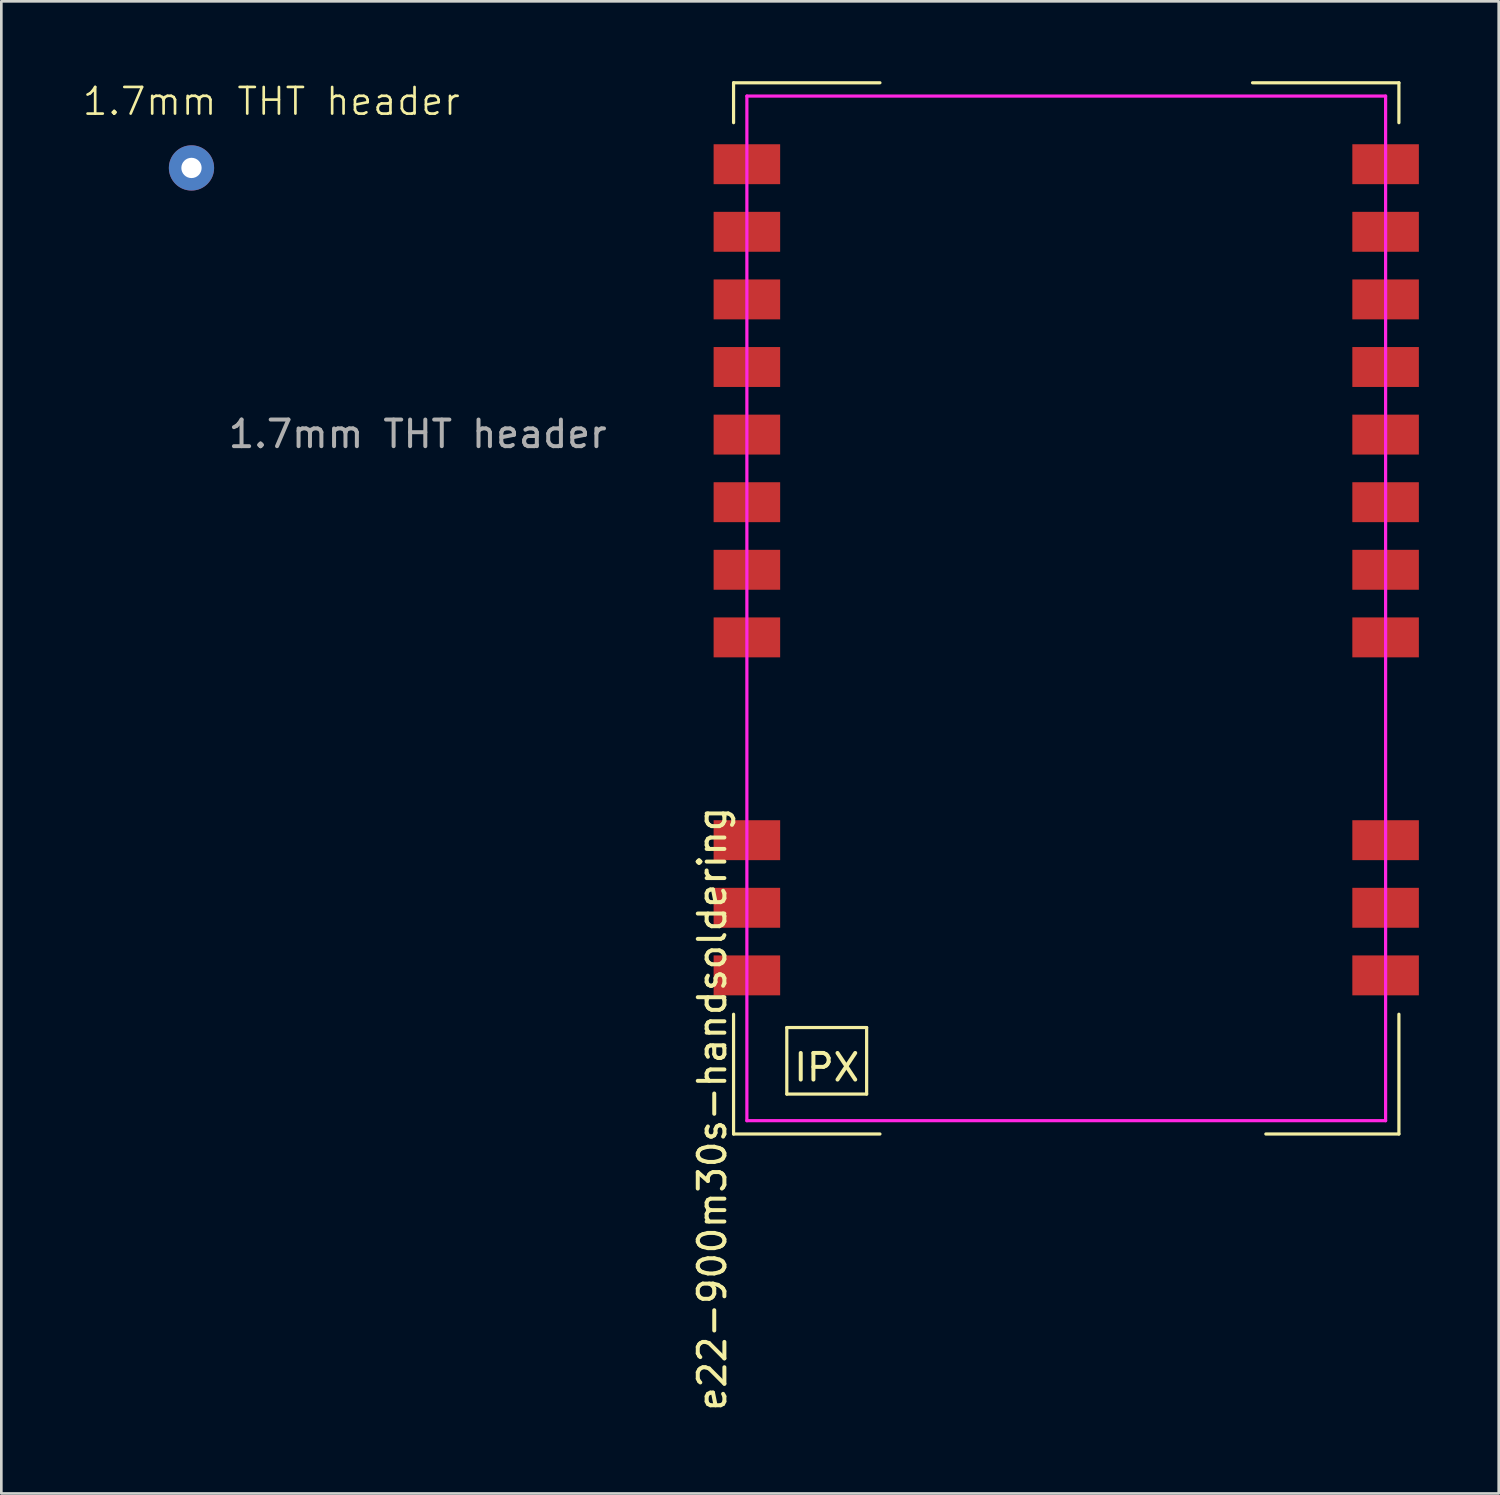
<source format=kicad_pcb>
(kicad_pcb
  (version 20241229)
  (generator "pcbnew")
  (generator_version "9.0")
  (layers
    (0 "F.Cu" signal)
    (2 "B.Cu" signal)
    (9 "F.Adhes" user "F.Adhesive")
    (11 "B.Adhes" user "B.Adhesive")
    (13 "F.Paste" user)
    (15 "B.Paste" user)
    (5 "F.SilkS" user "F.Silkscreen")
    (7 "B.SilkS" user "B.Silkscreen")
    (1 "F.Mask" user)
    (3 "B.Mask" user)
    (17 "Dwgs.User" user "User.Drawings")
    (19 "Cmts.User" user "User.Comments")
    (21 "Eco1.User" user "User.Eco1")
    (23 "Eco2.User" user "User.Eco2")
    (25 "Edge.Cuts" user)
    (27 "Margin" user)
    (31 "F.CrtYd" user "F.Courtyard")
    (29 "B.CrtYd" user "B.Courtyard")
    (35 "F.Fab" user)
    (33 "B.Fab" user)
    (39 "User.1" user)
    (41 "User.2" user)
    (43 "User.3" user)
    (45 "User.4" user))
  (footprint "1.7mm THT header"
    (layer "F.Cu")
    (at 4.145 3.26)
    (property "Reference" "1.7mm THT header" (at 3 -2.5 0) (unlocked yes) (layer "F.SilkS") (effects (font (size 1 1) (thickness 0.1))))
    (attr through_hole)
    (fp_text user "${REFERENCE}" (at 8.5 10 0) (unlocked yes) (layer "F.Fab") (effects (font (size 1 1) (thickness 0.15))))
    (pad "1" thru_hole circle (at 0 0) (size 1.7 1.7) (drill 0.762) (layers "*.Cu" "*.Mask")))
  (footprint "e22-900m30s-handsoldering"
    (layer "F.Cu")
    (at 37.014 19.81)
    (property "Reference" "e22-900m30s-handsoldering" (at -13.3 18.8 270) (layer "F.SilkS") (effects (font (size 1 1) (thickness 0.15))))
    (attr smd)
    (fp_line (start -12.5 -19.75) (end -7 -19.75) (stroke (width 0.12) (type solid)) (layer "F.SilkS"))
    (fp_line (start -12.5 -18.25) (end -12.5 -19.75) (stroke (width 0.12) (type solid)) (layer "F.SilkS"))
    (fp_line (start -12.5 15.25) (end -12.5 19.75) (stroke (width 0.12) (type solid)) (layer "F.SilkS"))
    (fp_line (start -10.5 18.25) (end -10.5 15.75) (stroke (width 0.12) (type solid)) (layer "F.SilkS"))
    (fp_line (start -7.5 15.75) (end -10.5 15.75) (stroke (width 0.12) (type solid)) (layer "F.SilkS"))
    (fp_line (start -7.5 18.25) (end -10.5 18.25) (stroke (width 0.12) (type solid)) (layer "F.SilkS"))
    (fp_line (start -7.5 18.25) (end -7.5 15.75) (stroke (width 0.12) (type solid)) (layer "F.SilkS"))
    (fp_line (start -7 19.75) (end -12.5 19.75) (stroke (width 0.12) (type solid)) (layer "F.SilkS"))
    (fp_line (start 7.5 19.75) (end 12.5 19.75) (stroke (width 0.12) (type solid)) (layer "F.SilkS"))
    (fp_line (start 12.5 -19.75) (end 7 -19.75) (stroke (width 0.12) (type solid)) (layer "F.SilkS"))
    (fp_line (start 12.5 -18.25) (end 12.5 -19.75) (stroke (width 0.12) (type solid)) (layer "F.SilkS"))
    (fp_line (start 12.5 19.75) (end 12.5 15.25) (stroke (width 0.12) (type solid)) (layer "F.SilkS"))
    (fp_line (start -12 -19.25) (end -12 19.25) (stroke (width 0.12) (type solid)) (layer "F.CrtYd"))
    (fp_line (start -12 19.25) (end 12 19.25) (stroke (width 0.12) (type solid)) (layer "F.CrtYd"))
    (fp_line (start 12 -19.25) (end -12 -19.25) (stroke (width 0.12) (type solid)) (layer "F.CrtYd"))
    (fp_line (start 12 19.25) (end 12 -19.25) (stroke (width 0.12) (type solid)) (layer "F.CrtYd"))
    (fp_text user "IPX" (at -9 17.25 180) (layer "F.SilkS") (effects (font (size 1 1) (thickness 0.15))))
    (pad "1" smd rect (at 12 13.79) (size 2.5 1.5) (layers "F.Cu" "F.Mask" "F.Paste"))
    (pad "2" smd rect (at 12 11.25) (size 2.5 1.5) (layers "F.Cu" "F.Mask" "F.Paste"))
    (pad "3" smd rect (at 12 8.71) (size 2.5 1.5) (layers "F.Cu" "F.Mask" "F.Paste"))
    (pad "4" smd rect (at 12 1.09) (size 2.5 1.5) (layers "F.Cu" "F.Mask" "F.Paste"))
    (pad "5" smd rect (at 12 -1.45) (size 2.5 1.5) (layers "F.Cu" "F.Mask" "F.Paste"))
    (pad "6" smd rect (at 12 -3.99) (size 2.5 1.5) (layers "F.Cu" "F.Mask" "F.Paste"))
    (pad "7" smd rect (at 12 -6.53) (size 2.5 1.5) (layers "F.Cu" "F.Mask" "F.Paste"))
    (pad "8" smd rect (at 12 -9.07) (size 2.5 1.5) (layers "F.Cu" "F.Mask" "F.Paste"))
    (pad "9" smd rect (at 12 -11.61) (size 2.5 1.5) (layers "F.Cu" "F.Mask" "F.Paste"))
    (pad "10" smd rect (at 12 -14.15) (size 2.5 1.5) (layers "F.Cu" "F.Mask" "F.Paste"))
    (pad "11" smd rect (at 12 -16.69) (size 2.5 1.5) (layers "F.Cu" "F.Mask" "F.Paste"))
    (pad "12" smd rect (at -12 -16.69) (size 2.5 1.5) (layers "F.Cu" "F.Mask" "F.Paste"))
    (pad "13" smd rect (at -12 -14.15) (size 2.5 1.5) (layers "F.Cu" "F.Mask" "F.Paste"))
    (pad "14" smd rect (at -12 -11.61) (size 2.5 1.5) (layers "F.Cu" "F.Mask" "F.Paste"))
    (pad "15" smd rect (at -12 -9.07) (size 2.5 1.5) (layers "F.Cu" "F.Mask" "F.Paste"))
    (pad "16" smd rect (at -12 -6.53) (size 2.5 1.5) (layers "F.Cu" "F.Mask" "F.Paste"))
    (pad "17" smd rect (at -12 -3.99) (size 2.5 1.5) (layers "F.Cu" "F.Mask" "F.Paste"))
    (pad "18" smd rect (at -12 -1.45) (size 2.5 1.5) (layers "F.Cu" "F.Mask" "F.Paste"))
    (pad "19" smd rect (at -12 1.09) (size 2.5 1.5) (layers "F.Cu" "F.Mask" "F.Paste"))
    (pad "20" smd rect (at -12 8.71) (size 2.5 1.5) (layers "F.Cu" "F.Mask" "F.Paste"))
    (pad "21" smd rect (at -12 11.25) (size 2.5 1.5) (layers "F.Cu" "F.Mask" "F.Paste"))
    (pad "22" smd rect (at -12 13.79) (size 2.5 1.5) (layers "F.Cu" "F.Mask" "F.Paste")))
  (gr_rect
    (start -3 -3)
    (end 53.264 53.068)
    (stroke (width 0.1) (type default))
    (fill no)
    (layer "Edge.Cuts")))
</source>
